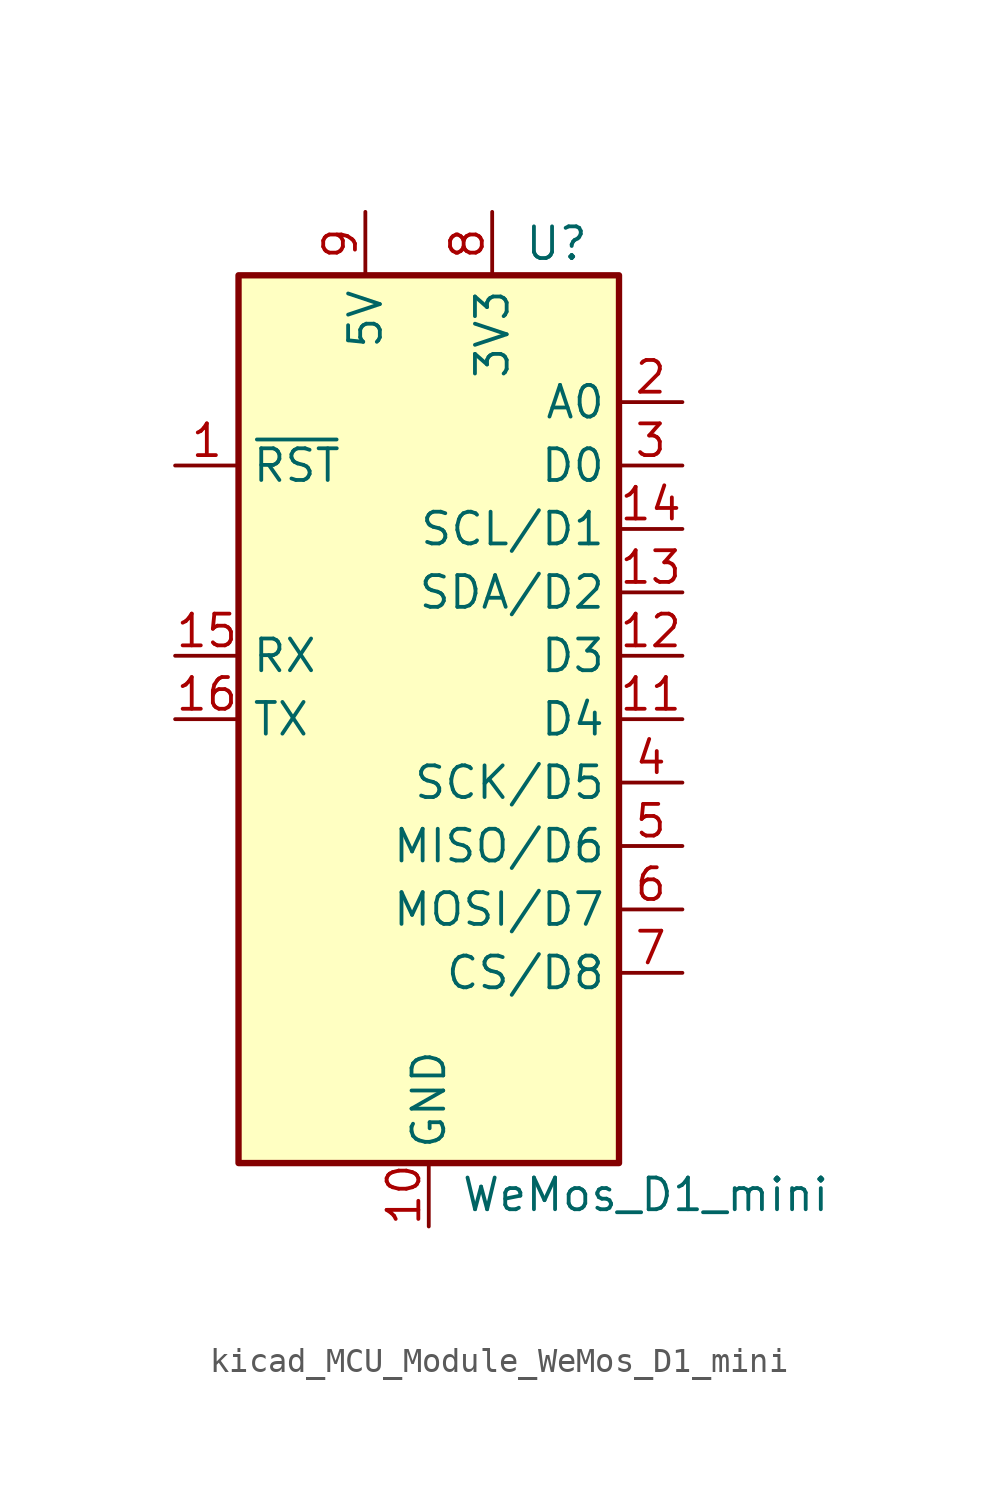
<source format=kicad_sym>
(kicad_symbol_lib
  (version 20220914)
  (generator kicad_symbol_editor)
  (symbol "kicad_MCU_Module_WeMos_D1_mini"
    (property "Reference" "U"
      (at 3.81 19.05 0)
      (effects (font (size 1.27 1.27)) (justify left)))
    (property "Value" "WeMos_D1_mini"
      (at 1.27 -19.05 0)
      (effects (font (size 1.27 1.27)) (justify left)))
    (symbol "kicad_MCU_Module_WeMos_D1_mini_1_1"
      (rectangle (start -7.62 17.78) (end 7.62 -17.78) (stroke (width 0.254) (type default)) (fill (type background)))
      (pin input line (at -10.16 10.16 0) (length 2.54) (name "~{RST}" (effects (font (size 1.27 1.27)))) (number "1" (effects (font (size 1.27 1.27)))))
      (pin power_in line (at 0 -20.32 90) (length 2.54) (name "GND" (effects (font (size 1.27 1.27)))) (number "10" (effects (font (size 1.27 1.27)))))
      (pin bidirectional line (at 10.16 0 180) (length 2.54) (name "D4" (effects (font (size 1.27 1.27)))) (number "11" (effects (font (size 1.27 1.27)))))
      (pin bidirectional line (at 10.16 2.54 180) (length 2.54) (name "D3" (effects (font (size 1.27 1.27)))) (number "12" (effects (font (size 1.27 1.27)))))
      (pin bidirectional line (at 10.16 5.08 180) (length 2.54) (name "SDA/D2" (effects (font (size 1.27 1.27)))) (number "13" (effects (font (size 1.27 1.27)))))
      (pin bidirectional line (at 10.16 7.62 180) (length 2.54) (name "SCL/D1" (effects (font (size 1.27 1.27)))) (number "14" (effects (font (size 1.27 1.27)))))
      (pin input line (at -10.16 2.54 0) (length 2.54) (name "RX" (effects (font (size 1.27 1.27)))) (number "15" (effects (font (size 1.27 1.27)))))
      (pin output line (at -10.16 0 0) (length 2.54) (name "TX" (effects (font (size 1.27 1.27)))) (number "16" (effects (font (size 1.27 1.27)))))
      (pin input line (at 10.16 12.7 180) (length 2.54) (name "A0" (effects (font (size 1.27 1.27)))) (number "2" (effects (font (size 1.27 1.27)))))
      (pin bidirectional line (at 10.16 10.16 180) (length 2.54) (name "D0" (effects (font (size 1.27 1.27)))) (number "3" (effects (font (size 1.27 1.27)))))
      (pin bidirectional line (at 10.16 -2.54 180) (length 2.54) (name "SCK/D5" (effects (font (size 1.27 1.27)))) (number "4" (effects (font (size 1.27 1.27)))))
      (pin bidirectional line (at 10.16 -5.08 180) (length 2.54) (name "MISO/D6" (effects (font (size 1.27 1.27)))) (number "5" (effects (font (size 1.27 1.27)))))
      (pin bidirectional line (at 10.16 -7.62 180) (length 2.54) (name "MOSI/D7" (effects (font (size 1.27 1.27)))) (number "6" (effects (font (size 1.27 1.27)))))
      (pin bidirectional line (at 10.16 -10.16 180) (length 2.54) (name "CS/D8" (effects (font (size 1.27 1.27)))) (number "7" (effects (font (size 1.27 1.27)))))
      (pin power_out line (at 2.54 20.32 270) (length 2.54) (name "3V3" (effects (font (size 1.27 1.27)))) (number "8" (effects (font (size 1.27 1.27)))))
      (pin power_in line (at -2.54 20.32 270) (length 2.54) (name "5V" (effects (font (size 1.27 1.27)))) (number "9" (effects (font (size 1.27 1.27))))))))
</source>
